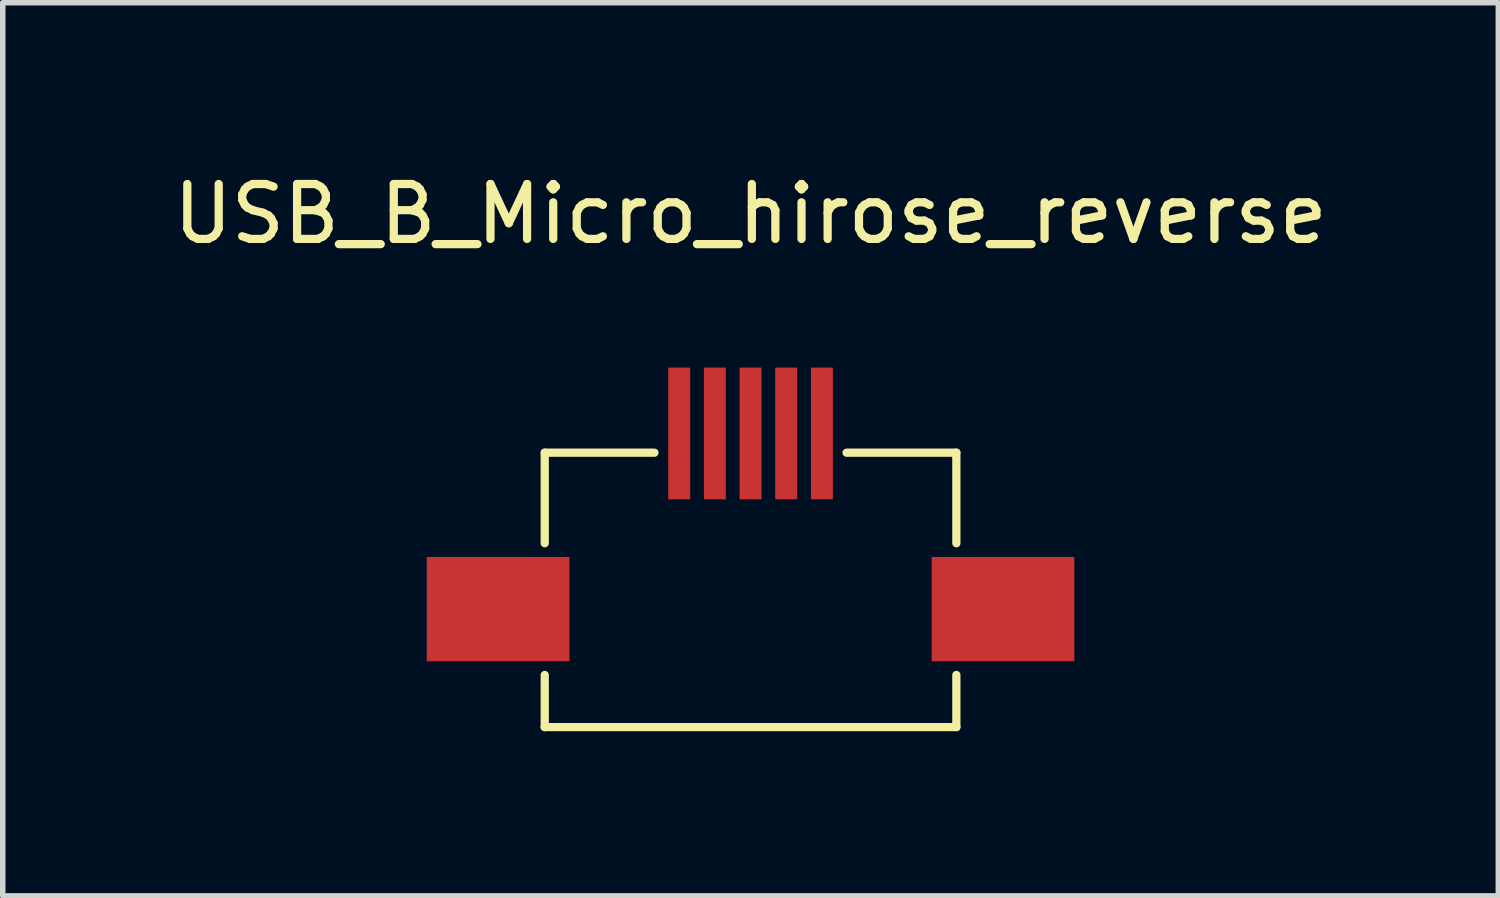
<source format=kicad_pcb>
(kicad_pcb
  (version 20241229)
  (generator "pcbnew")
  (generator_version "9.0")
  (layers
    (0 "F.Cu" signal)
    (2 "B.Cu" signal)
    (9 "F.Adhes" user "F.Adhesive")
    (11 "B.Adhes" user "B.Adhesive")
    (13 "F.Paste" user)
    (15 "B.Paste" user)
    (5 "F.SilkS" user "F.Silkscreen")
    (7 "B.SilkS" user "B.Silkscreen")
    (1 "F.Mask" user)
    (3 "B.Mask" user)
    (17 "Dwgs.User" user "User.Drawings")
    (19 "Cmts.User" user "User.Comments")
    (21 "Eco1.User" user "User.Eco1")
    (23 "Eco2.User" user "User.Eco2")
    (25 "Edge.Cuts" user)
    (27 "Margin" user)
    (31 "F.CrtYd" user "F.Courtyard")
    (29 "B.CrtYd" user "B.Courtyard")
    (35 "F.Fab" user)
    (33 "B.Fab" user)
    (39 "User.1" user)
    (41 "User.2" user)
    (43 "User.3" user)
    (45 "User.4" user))
  (footprint "USB_B_Micro_hirose_reverse"
    (layer "F.Cu")
    (at 10.625 8.048)
    (property "Reference" "USB_B_Micro_hirose_reverse" (at 0 -7.2 0) (layer "F.SilkS") (effects (font (size 1 1) (thickness 0.15))))
    (attr through_hole)
    (fp_line (start -3.75 -2.85) (end -3.75 -1.2) (stroke (width 0.15) (type solid)) (layer "F.SilkS"))
    (fp_line (start -3.75 -2.85) (end -1.75 -2.85) (stroke (width 0.15) (type solid)) (layer "F.SilkS"))
    (fp_line (start -3.75 2.15) (end -3.75 1.2) (stroke (width 0.15) (type solid)) (layer "F.SilkS"))
    (fp_line (start 1.75 -2.85) (end 3.75 -2.85) (stroke (width 0.15) (type solid)) (layer "F.SilkS"))
    (fp_line (start 3.75 -2.85) (end 3.75 -1.2) (stroke (width 0.15) (type solid)) (layer "F.SilkS"))
    (fp_line (start 3.75 1.2) (end 3.75 2.15) (stroke (width 0.15) (type solid)) (layer "F.SilkS"))
    (fp_line (start 3.75 2.15) (end -3.75 2.15) (stroke (width 0.15) (type solid)) (layer "F.SilkS"))
    (pad "1" smd rect (at 1.3 -3.2) (size 0.4 2.4) (layers "F.Cu" "F.Mask" "F.Paste"))
    (pad "2" smd rect (at 0.65 -3.2) (size 0.4 2.4) (layers "F.Cu" "F.Mask" "F.Paste"))
    (pad "3" smd rect (at 0 -3.2) (size 0.4 2.4) (layers "F.Cu" "F.Mask" "F.Paste"))
    (pad "4" smd rect (at -0.65 -3.2) (size 0.4 2.4) (layers "F.Cu" "F.Mask" "F.Paste"))
    (pad "5" smd rect (at -1.3 -3.2) (size 0.4 2.4) (layers "F.Cu" "F.Mask" "F.Paste"))
    (pad "6" smd rect (at -4.6 0) (size 2.6 1.9) (layers "F.Cu" "F.Mask" "F.Paste"))
    (pad "6" smd rect (at 4.6 0) (size 2.6 1.9) (layers "F.Cu" "F.Mask" "F.Paste")))
  (gr_rect
    (start -3 -3)
    (end 24.25 13.273)
    (stroke (width 0.1) (type default))
    (fill no)
    (layer "Edge.Cuts")))
</source>
